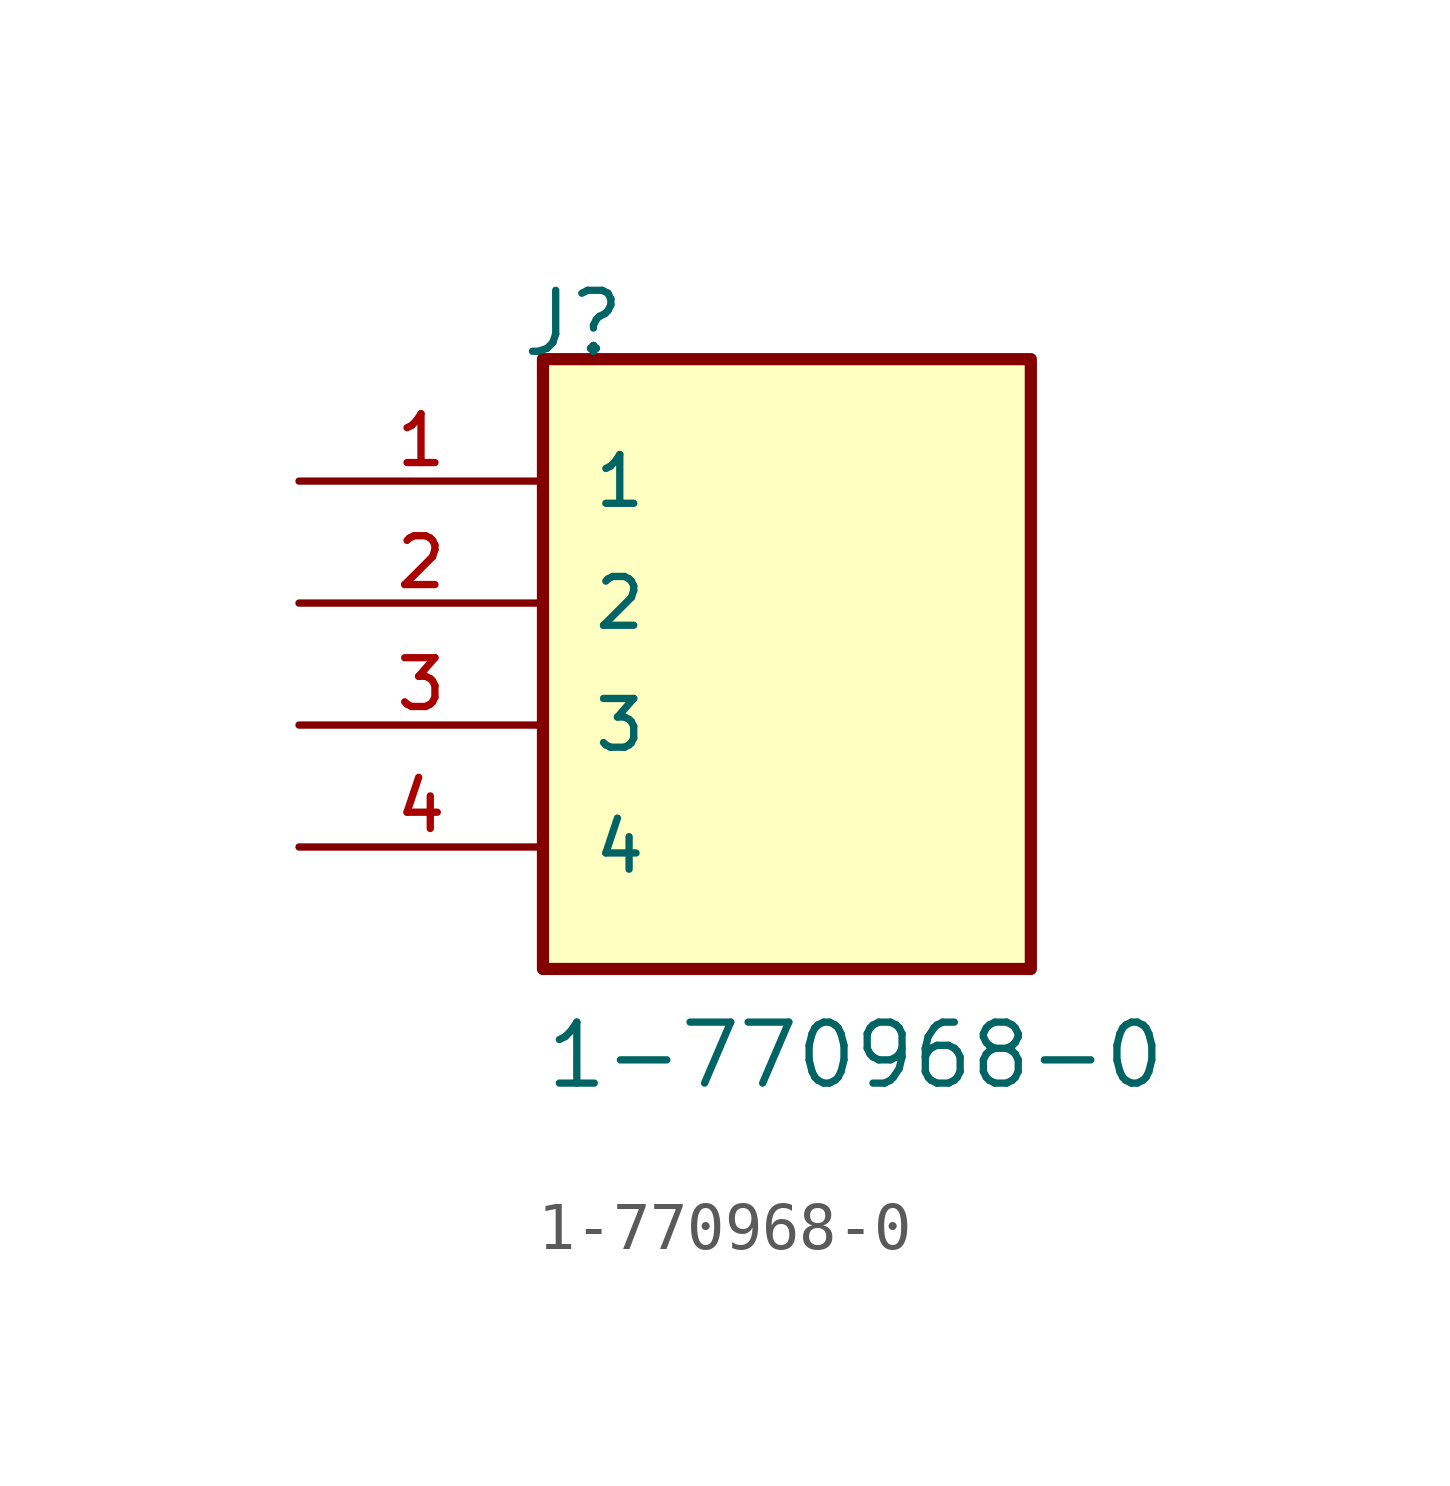
<source format=kicad_sym>
(kicad_symbol_lib
  (version 20211014)
  (generator kicad_symbol_editor)
  (symbol "1-770968-0"
    (pin_names
      (offset 1.016))
    (property "Reference" "J"
      (at -5.58 7.62 0)
      (effects (font (size 1.27 1.27)) (justify bottom left)))
    (property "Value" "1-770968-0"
      (at -5.08 -7.62 0)
      (effects (font (size 1.27 1.27)) (justify bottom left)))
    (symbol "1-770968-0_0_0"
      (rectangle (start -5.08 -5.08) (end 5.08 7.62) (stroke (width 0.254)) (fill (type background)))
      (pin passive line (at -10.16 5.08 0) (length 5.08) (name "1" (effects (font (size 1.016 1.016)))) (number "1" (effects (font (size 1.016 1.016)))))
      (pin passive line (at -10.16 2.54 0) (length 5.08) (name "2" (effects (font (size 1.016 1.016)))) (number "2" (effects (font (size 1.016 1.016)))))
      (pin passive line (at -10.16 0.0 0) (length 5.08) (name "3" (effects (font (size 1.016 1.016)))) (number "3" (effects (font (size 1.016 1.016)))))
      (pin passive line (at -10.16 -2.54 0) (length 5.08) (name "4" (effects (font (size 1.016 1.016)))) (number "4" (effects (font (size 1.016 1.016))))))))
</source>
